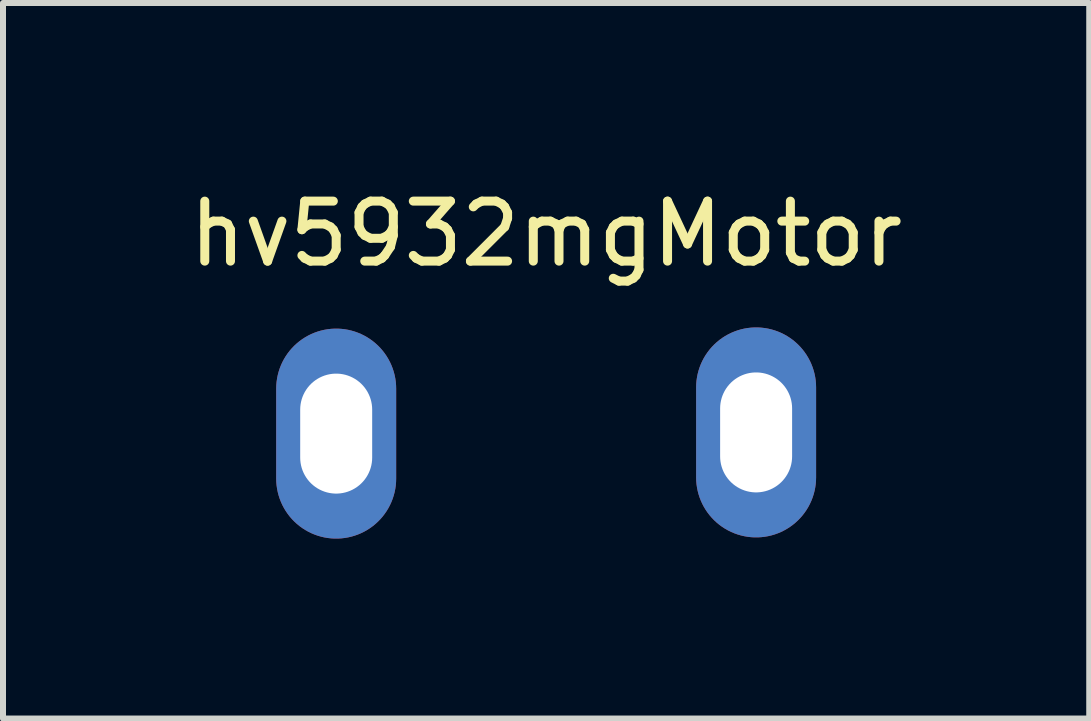
<source format=kicad_pcb>
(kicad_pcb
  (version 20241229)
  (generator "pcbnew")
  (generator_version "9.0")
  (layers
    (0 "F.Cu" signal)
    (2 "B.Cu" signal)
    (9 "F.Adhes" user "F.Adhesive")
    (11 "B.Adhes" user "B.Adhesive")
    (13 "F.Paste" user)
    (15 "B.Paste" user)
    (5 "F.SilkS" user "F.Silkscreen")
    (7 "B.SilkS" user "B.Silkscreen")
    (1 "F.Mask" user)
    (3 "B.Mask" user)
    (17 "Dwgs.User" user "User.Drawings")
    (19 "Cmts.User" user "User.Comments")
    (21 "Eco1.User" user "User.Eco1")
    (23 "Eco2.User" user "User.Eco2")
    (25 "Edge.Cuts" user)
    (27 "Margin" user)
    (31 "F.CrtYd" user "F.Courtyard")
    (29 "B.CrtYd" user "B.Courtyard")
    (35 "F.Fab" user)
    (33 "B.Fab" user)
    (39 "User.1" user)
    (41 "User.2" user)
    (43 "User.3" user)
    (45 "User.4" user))
  (footprint "hv5932mgMotor"
    (layer "F.Cu")
    (at 6.054 4.158)
    (property "Reference" "hv5932mgMotor" (at 0 -3.31 0) (layer "F.SilkS") (effects (font (size 1 1) (thickness 0.15))))
    (attr through_hole)
    (pad "1" thru_hole oval (at -3.5 0.02) (size 2 3.5) (drill oval 1.2 2) (layers "*.Cu" "*.Mask"))
    (pad "2" thru_hole oval (at 3.5 0) (size 2 3.5) (drill oval 1.2 2) (layers "*.Cu" "*.Mask")))
  (gr_rect
    (start -3 -3)
    (end 15.107 8.928)
    (stroke (width 0.1) (type default))
    (fill no)
    (layer "Edge.Cuts")))
</source>
